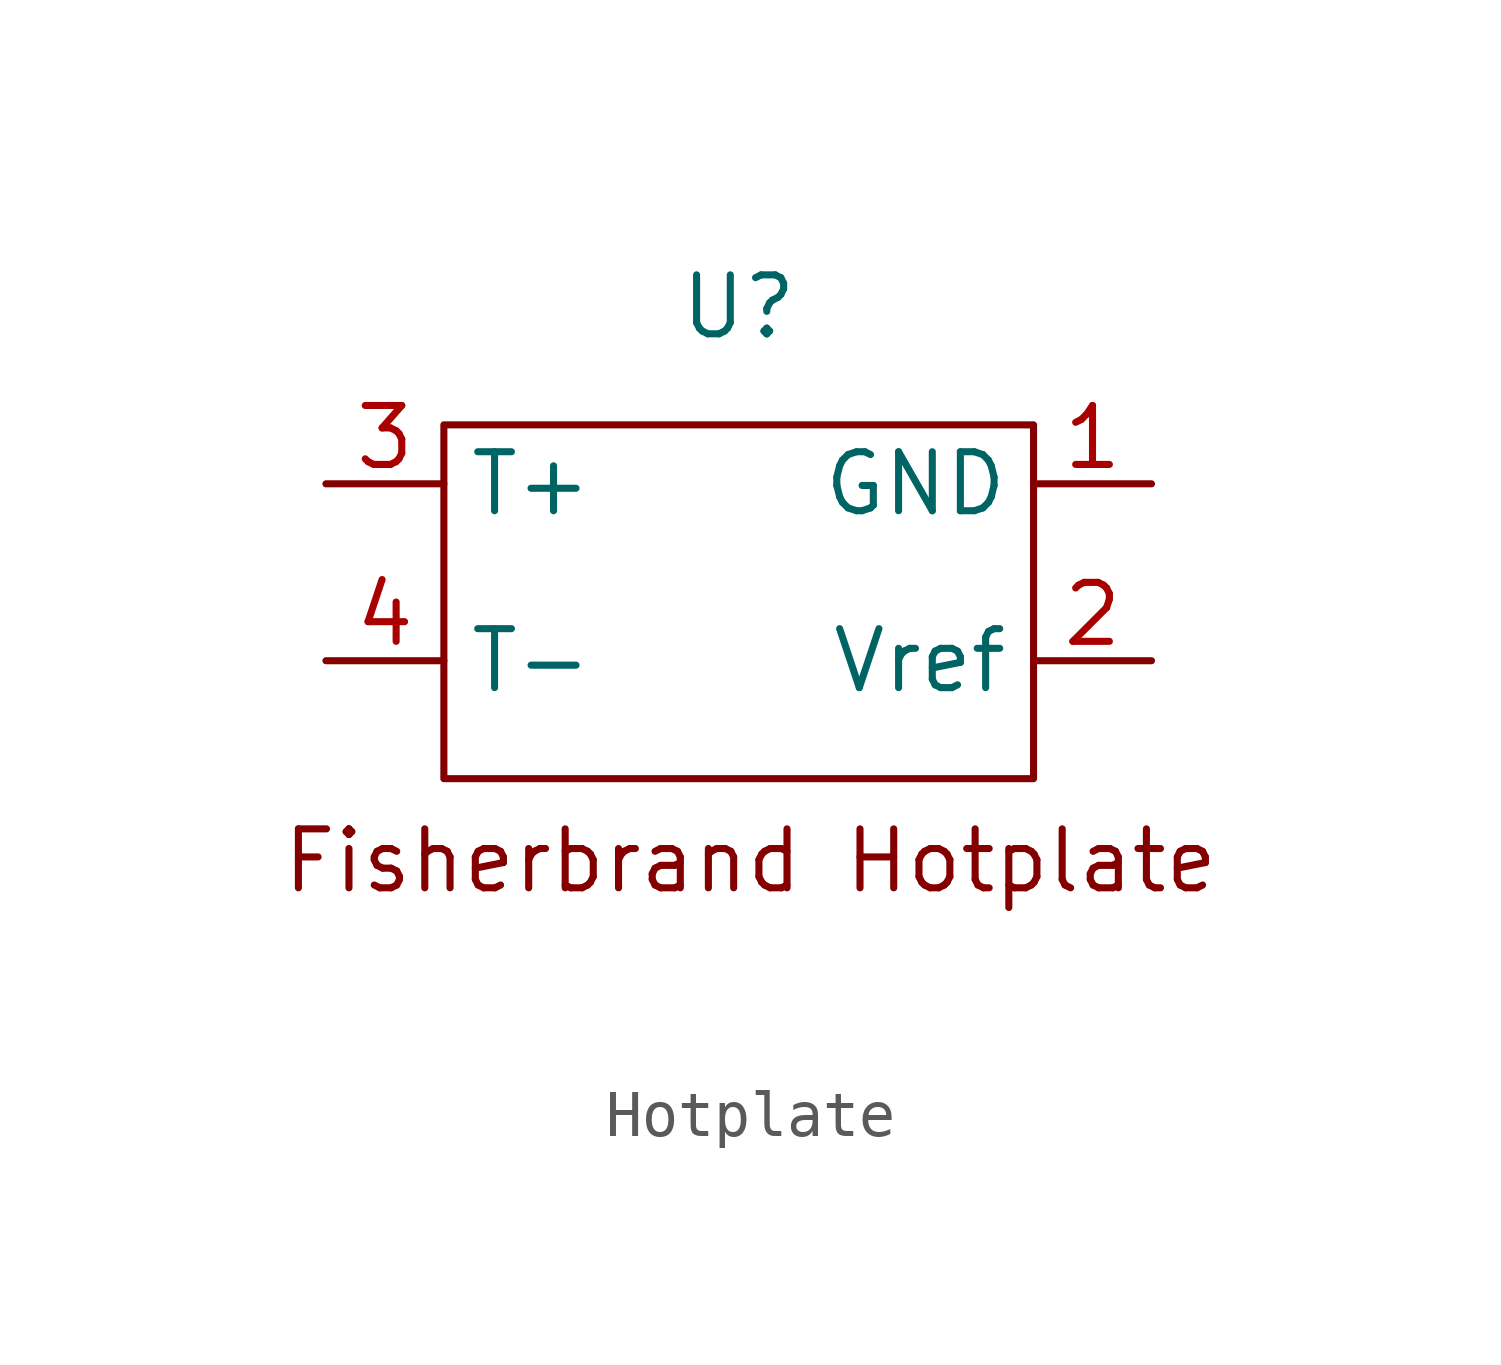
<source format=kicad_sym>
(kicad_symbol_lib
  (version 20231120)
  (generator "kicad_symbol_editor")
  (generator_version "8.0")
  (symbol "Hotplate"
    (property "Reference" "U"
      (at 0 0 0)
      (effects (font (size 1.27 1.27))))
    (property "Value" ""
      (at 0 0 0)
      (effects (font (size 1.27 1.27))))
    (symbol "Hotplate_0_1"
      (rectangle (start -6.35 -2.54) (end 6.35 -10.16) (stroke (width 0) (type default)) (fill (type none))))
    (symbol "Hotplate_1_1"
      (text "Fisherbrand Hotplate\n\n" (at 0.254 -12.954 0) (effects (font (size 1.27 1.27))))
      (pin input line (at 8.89 -3.81 180) (length 2.54) (name "GND" (effects (font (size 1.27 1.27)))) (number "1" (effects (font (size 1.27 1.27)))))
      (pin input line (at 8.89 -7.62 180) (length 2.54) (name "Vref" (effects (font (size 1.27 1.27)))) (number "2" (effects (font (size 1.27 1.27)))))
      (pin output line (at -8.89 -3.81 0) (length 2.54) (name "T+" (effects (font (size 1.27 1.27)))) (number "3" (effects (font (size 1.27 1.27)))))
      (pin output line (at -8.89 -7.62 0) (length 2.54) (name "T-" (effects (font (size 1.27 1.27)))) (number "4" (effects (font (size 1.27 1.27))))))))
</source>
